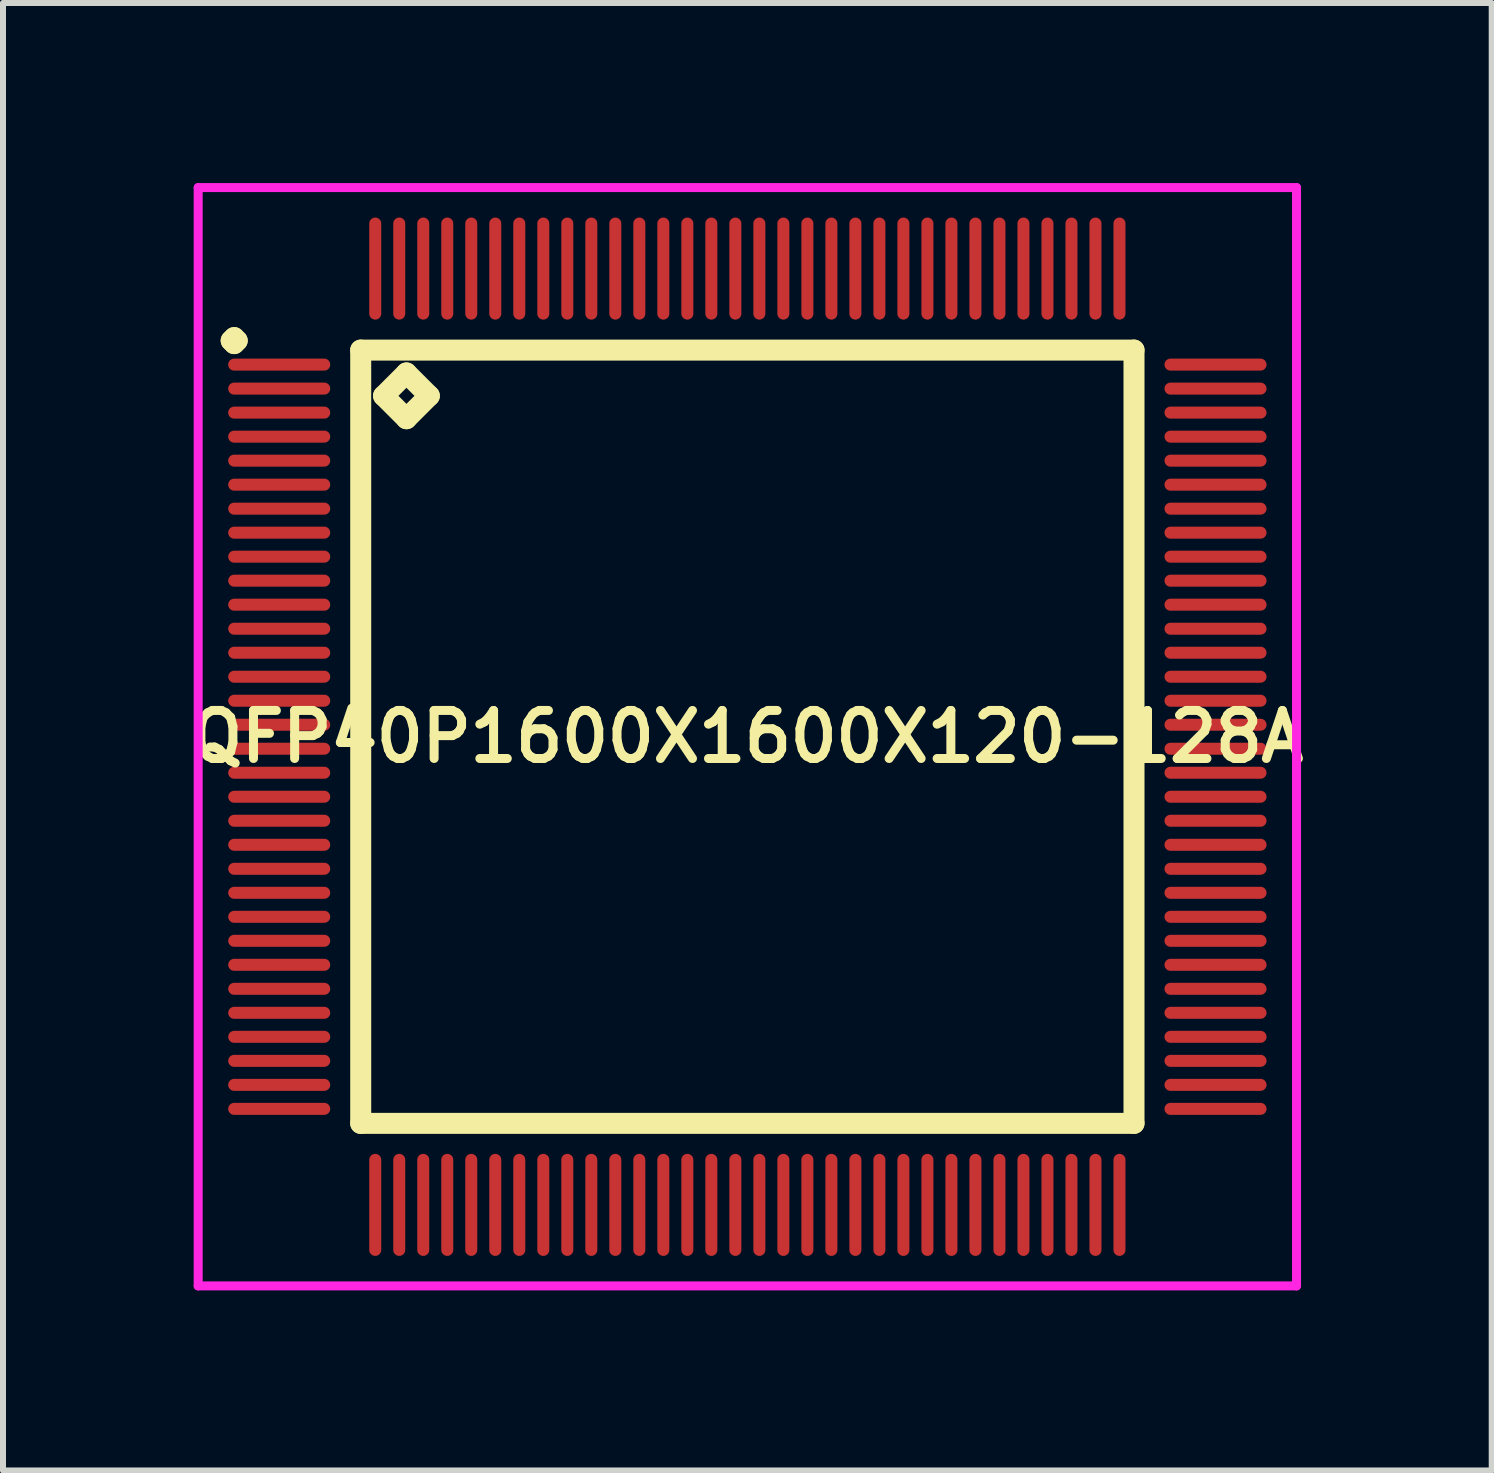
<source format=kicad_pcb>
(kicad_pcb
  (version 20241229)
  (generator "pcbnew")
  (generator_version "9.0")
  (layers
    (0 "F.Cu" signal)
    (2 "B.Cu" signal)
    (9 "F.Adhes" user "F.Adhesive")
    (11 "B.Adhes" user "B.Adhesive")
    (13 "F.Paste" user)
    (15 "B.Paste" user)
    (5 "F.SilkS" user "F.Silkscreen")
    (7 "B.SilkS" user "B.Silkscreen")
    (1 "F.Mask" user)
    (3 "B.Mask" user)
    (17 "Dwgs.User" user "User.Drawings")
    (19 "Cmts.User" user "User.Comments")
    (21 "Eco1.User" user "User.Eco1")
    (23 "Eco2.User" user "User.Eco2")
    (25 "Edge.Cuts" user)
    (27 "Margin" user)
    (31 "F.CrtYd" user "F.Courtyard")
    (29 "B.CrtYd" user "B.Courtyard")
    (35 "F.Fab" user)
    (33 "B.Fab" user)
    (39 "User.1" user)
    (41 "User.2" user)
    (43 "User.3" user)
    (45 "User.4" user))
  (footprint "QFP40P1600X1600X120-128A"
    (layer "F.Cu")
    (at 9.402 9.225)
    (property "Reference" "QFP40P1600X1600X120-128A" (at 0 0 0) (layer "F.SilkS") (effects (font (size 0.8 0.8) (thickness 0.15))))
    (attr through_hole)
    (fp_line (start -8.6 -6.6) (end -8.55 -6.65) (stroke (width 0.35) (type solid)) (layer "F.SilkS"))
    (fp_line (start -8.55 -6.65) (end -8.5 -6.6) (stroke (width 0.35) (type solid)) (layer "F.SilkS"))
    (fp_line (start -8.55 -6.55) (end -8.6 -6.6) (stroke (width 0.35) (type solid)) (layer "F.SilkS"))
    (fp_line (start -8.5 -6.6) (end -8.55 -6.55) (stroke (width 0.35) (type solid)) (layer "F.SilkS"))
    (fp_line (start -6.442 -6.442) (end -6.442 6.442) (stroke (width 0.35) (type solid)) (layer "F.SilkS"))
    (fp_line (start -6.442 6.442) (end 6.442 6.442) (stroke (width 0.35) (type solid)) (layer "F.SilkS"))
    (fp_line (start -6.061 -5.68) (end -5.68 -6.061) (stroke (width 0.35) (type solid)) (layer "F.SilkS"))
    (fp_line (start -5.68 -6.061) (end -5.299 -5.68) (stroke (width 0.35) (type solid)) (layer "F.SilkS"))
    (fp_line (start -5.68 -5.299) (end -6.061 -5.68) (stroke (width 0.35) (type solid)) (layer "F.SilkS"))
    (fp_line (start -5.299 -5.68) (end -5.68 -5.299) (stroke (width 0.35) (type solid)) (layer "F.SilkS"))
    (fp_line (start 6.442 -6.442) (end -6.442 -6.442) (stroke (width 0.35) (type solid)) (layer "F.SilkS"))
    (fp_line (start 6.442 6.442) (end 6.442 -6.442) (stroke (width 0.35) (type solid)) (layer "F.SilkS"))
    (fp_line (start -9.15 -9.15) (end 9.15 -9.15) (stroke (width 0.15) (type solid)) (layer "F.CrtYd"))
    (fp_line (start -9.15 9.15) (end -9.15 -9.15) (stroke (width 0.15) (type solid)) (layer "F.CrtYd"))
    (fp_line (start 9.15 -9.15) (end 9.15 9.15) (stroke (width 0.15) (type solid)) (layer "F.CrtYd"))
    (fp_line (start 9.15 9.15) (end -9.15 9.15) (stroke (width 0.15) (type solid)) (layer "F.CrtYd"))
    (pad "1" smd oval (at -7.8 -6.2) (size 1.7 0.2) (layers "F.Cu" "F.Mask" "F.Paste"))
    (pad "2" smd oval (at -7.8 -5.8) (size 1.7 0.2) (layers "F.Cu" "F.Mask" "F.Paste"))
    (pad "3" smd oval (at -7.8 -5.4) (size 1.7 0.2) (layers "F.Cu" "F.Mask" "F.Paste"))
    (pad "4" smd oval (at -7.8 -5) (size 1.7 0.2) (layers "F.Cu" "F.Mask" "F.Paste"))
    (pad "5" smd oval (at -7.8 -4.6) (size 1.7 0.2) (layers "F.Cu" "F.Mask" "F.Paste"))
    (pad "6" smd oval (at -7.8 -4.2) (size 1.7 0.2) (layers "F.Cu" "F.Mask" "F.Paste"))
    (pad "7" smd oval (at -7.8 -3.8) (size 1.7 0.2) (layers "F.Cu" "F.Mask" "F.Paste"))
    (pad "8" smd oval (at -7.8 -3.4) (size 1.7 0.2) (layers "F.Cu" "F.Mask" "F.Paste"))
    (pad "9" smd oval (at -7.8 -3) (size 1.7 0.2) (layers "F.Cu" "F.Mask" "F.Paste"))
    (pad "10" smd oval (at -7.8 -2.6) (size 1.7 0.2) (layers "F.Cu" "F.Mask" "F.Paste"))
    (pad "11" smd oval (at -7.8 -2.2) (size 1.7 0.2) (layers "F.Cu" "F.Mask" "F.Paste"))
    (pad "12" smd oval (at -7.8 -1.8) (size 1.7 0.2) (layers "F.Cu" "F.Mask" "F.Paste"))
    (pad "13" smd oval (at -7.8 -1.4) (size 1.7 0.2) (layers "F.Cu" "F.Mask" "F.Paste"))
    (pad "14" smd oval (at -7.8 -1) (size 1.7 0.2) (layers "F.Cu" "F.Mask" "F.Paste"))
    (pad "15" smd oval (at -7.8 -0.6) (size 1.7 0.2) (layers "F.Cu" "F.Mask" "F.Paste"))
    (pad "16" smd oval (at -7.8 -0.2) (size 1.7 0.2) (layers "F.Cu" "F.Mask" "F.Paste"))
    (pad "17" smd oval (at -7.8 0.2) (size 1.7 0.2) (layers "F.Cu" "F.Mask" "F.Paste"))
    (pad "18" smd oval (at -7.8 0.6) (size 1.7 0.2) (layers "F.Cu" "F.Mask" "F.Paste"))
    (pad "19" smd oval (at -7.8 1) (size 1.7 0.2) (layers "F.Cu" "F.Mask" "F.Paste"))
    (pad "20" smd oval (at -7.8 1.4) (size 1.7 0.2) (layers "F.Cu" "F.Mask" "F.Paste"))
    (pad "21" smd oval (at -7.8 1.8) (size 1.7 0.2) (layers "F.Cu" "F.Mask" "F.Paste"))
    (pad "22" smd oval (at -7.8 2.2) (size 1.7 0.2) (layers "F.Cu" "F.Mask" "F.Paste"))
    (pad "23" smd oval (at -7.8 2.6) (size 1.7 0.2) (layers "F.Cu" "F.Mask" "F.Paste"))
    (pad "24" smd oval (at -7.8 3) (size 1.7 0.2) (layers "F.Cu" "F.Mask" "F.Paste"))
    (pad "25" smd oval (at -7.8 3.4) (size 1.7 0.2) (layers "F.Cu" "F.Mask" "F.Paste"))
    (pad "26" smd oval (at -7.8 3.8) (size 1.7 0.2) (layers "F.Cu" "F.Mask" "F.Paste"))
    (pad "27" smd oval (at -7.8 4.2) (size 1.7 0.2) (layers "F.Cu" "F.Mask" "F.Paste"))
    (pad "28" smd oval (at -7.8 4.6) (size 1.7 0.2) (layers "F.Cu" "F.Mask" "F.Paste"))
    (pad "29" smd oval (at -7.8 5) (size 1.7 0.2) (layers "F.Cu" "F.Mask" "F.Paste"))
    (pad "30" smd oval (at -7.8 5.4) (size 1.7 0.2) (layers "F.Cu" "F.Mask" "F.Paste"))
    (pad "31" smd oval (at -7.8 5.8) (size 1.7 0.2) (layers "F.Cu" "F.Mask" "F.Paste"))
    (pad "32" smd oval (at -7.8 6.2) (size 1.7 0.2) (layers "F.Cu" "F.Mask" "F.Paste"))
    (pad "33" smd oval (at -6.2 7.8) (size 0.2 1.7) (layers "F.Cu" "F.Mask" "F.Paste"))
    (pad "34" smd oval (at -5.8 7.8) (size 0.2 1.7) (layers "F.Cu" "F.Mask" "F.Paste"))
    (pad "35" smd oval (at -5.4 7.8) (size 0.2 1.7) (layers "F.Cu" "F.Mask" "F.Paste"))
    (pad "36" smd oval (at -5 7.8) (size 0.2 1.7) (layers "F.Cu" "F.Mask" "F.Paste"))
    (pad "37" smd oval (at -4.6 7.8) (size 0.2 1.7) (layers "F.Cu" "F.Mask" "F.Paste"))
    (pad "38" smd oval (at -4.2 7.8) (size 0.2 1.7) (layers "F.Cu" "F.Mask" "F.Paste"))
    (pad "39" smd oval (at -3.8 7.8) (size 0.2 1.7) (layers "F.Cu" "F.Mask" "F.Paste"))
    (pad "40" smd oval (at -3.4 7.8) (size 0.2 1.7) (layers "F.Cu" "F.Mask" "F.Paste"))
    (pad "41" smd oval (at -3 7.8) (size 0.2 1.7) (layers "F.Cu" "F.Mask" "F.Paste"))
    (pad "42" smd oval (at -2.6 7.8) (size 0.2 1.7) (layers "F.Cu" "F.Mask" "F.Paste"))
    (pad "43" smd oval (at -2.2 7.8) (size 0.2 1.7) (layers "F.Cu" "F.Mask" "F.Paste"))
    (pad "44" smd oval (at -1.8 7.8) (size 0.2 1.7) (layers "F.Cu" "F.Mask" "F.Paste"))
    (pad "45" smd oval (at -1.4 7.8) (size 0.2 1.7) (layers "F.Cu" "F.Mask" "F.Paste"))
    (pad "46" smd oval (at -1 7.8) (size 0.2 1.7) (layers "F.Cu" "F.Mask" "F.Paste"))
    (pad "47" smd oval (at -0.6 7.8) (size 0.2 1.7) (layers "F.Cu" "F.Mask" "F.Paste"))
    (pad "48" smd oval (at -0.2 7.8) (size 0.2 1.7) (layers "F.Cu" "F.Mask" "F.Paste"))
    (pad "49" smd oval (at 0.2 7.8) (size 0.2 1.7) (layers "F.Cu" "F.Mask" "F.Paste"))
    (pad "50" smd oval (at 0.6 7.8) (size 0.2 1.7) (layers "F.Cu" "F.Mask" "F.Paste"))
    (pad "51" smd oval (at 1 7.8) (size 0.2 1.7) (layers "F.Cu" "F.Mask" "F.Paste"))
    (pad "52" smd oval (at 1.4 7.8) (size 0.2 1.7) (layers "F.Cu" "F.Mask" "F.Paste"))
    (pad "53" smd oval (at 1.8 7.8) (size 0.2 1.7) (layers "F.Cu" "F.Mask" "F.Paste"))
    (pad "54" smd oval (at 2.2 7.8) (size 0.2 1.7) (layers "F.Cu" "F.Mask" "F.Paste"))
    (pad "55" smd oval (at 2.6 7.8) (size 0.2 1.7) (layers "F.Cu" "F.Mask" "F.Paste"))
    (pad "56" smd oval (at 3 7.8) (size 0.2 1.7) (layers "F.Cu" "F.Mask" "F.Paste"))
    (pad "57" smd oval (at 3.4 7.8) (size 0.2 1.7) (layers "F.Cu" "F.Mask" "F.Paste"))
    (pad "58" smd oval (at 3.8 7.8) (size 0.2 1.7) (layers "F.Cu" "F.Mask" "F.Paste"))
    (pad "59" smd oval (at 4.2 7.8) (size 0.2 1.7) (layers "F.Cu" "F.Mask" "F.Paste"))
    (pad "60" smd oval (at 4.6 7.8) (size 0.2 1.7) (layers "F.Cu" "F.Mask" "F.Paste"))
    (pad "61" smd oval (at 5 7.8) (size 0.2 1.7) (layers "F.Cu" "F.Mask" "F.Paste"))
    (pad "62" smd oval (at 5.4 7.8) (size 0.2 1.7) (layers "F.Cu" "F.Mask" "F.Paste"))
    (pad "63" smd oval (at 5.8 7.8) (size 0.2 1.7) (layers "F.Cu" "F.Mask" "F.Paste"))
    (pad "64" smd oval (at 6.2 7.8) (size 0.2 1.7) (layers "F.Cu" "F.Mask" "F.Paste"))
    (pad "65" smd oval (at 7.8 6.2) (size 1.7 0.2) (layers "F.Cu" "F.Mask" "F.Paste"))
    (pad "66" smd oval (at 7.8 5.8) (size 1.7 0.2) (layers "F.Cu" "F.Mask" "F.Paste"))
    (pad "67" smd oval (at 7.8 5.4) (size 1.7 0.2) (layers "F.Cu" "F.Mask" "F.Paste"))
    (pad "68" smd oval (at 7.8 5) (size 1.7 0.2) (layers "F.Cu" "F.Mask" "F.Paste"))
    (pad "69" smd oval (at 7.8 4.6) (size 1.7 0.2) (layers "F.Cu" "F.Mask" "F.Paste"))
    (pad "70" smd oval (at 7.8 4.2) (size 1.7 0.2) (layers "F.Cu" "F.Mask" "F.Paste"))
    (pad "71" smd oval (at 7.8 3.8) (size 1.7 0.2) (layers "F.Cu" "F.Mask" "F.Paste"))
    (pad "72" smd oval (at 7.8 3.4) (size 1.7 0.2) (layers "F.Cu" "F.Mask" "F.Paste"))
    (pad "73" smd oval (at 7.8 3) (size 1.7 0.2) (layers "F.Cu" "F.Mask" "F.Paste"))
    (pad "74" smd oval (at 7.8 2.6) (size 1.7 0.2) (layers "F.Cu" "F.Mask" "F.Paste"))
    (pad "75" smd oval (at 7.8 2.2) (size 1.7 0.2) (layers "F.Cu" "F.Mask" "F.Paste"))
    (pad "76" smd oval (at 7.8 1.8) (size 1.7 0.2) (layers "F.Cu" "F.Mask" "F.Paste"))
    (pad "77" smd oval (at 7.8 1.4) (size 1.7 0.2) (layers "F.Cu" "F.Mask" "F.Paste"))
    (pad "78" smd oval (at 7.8 1) (size 1.7 0.2) (layers "F.Cu" "F.Mask" "F.Paste"))
    (pad "79" smd oval (at 7.8 0.6) (size 1.7 0.2) (layers "F.Cu" "F.Mask" "F.Paste"))
    (pad "80" smd oval (at 7.8 0.2) (size 1.7 0.2) (layers "F.Cu" "F.Mask" "F.Paste"))
    (pad "81" smd oval (at 7.8 -0.2) (size 1.7 0.2) (layers "F.Cu" "F.Mask" "F.Paste"))
    (pad "82" smd oval (at 7.8 -0.6) (size 1.7 0.2) (layers "F.Cu" "F.Mask" "F.Paste"))
    (pad "83" smd oval (at 7.8 -1) (size 1.7 0.2) (layers "F.Cu" "F.Mask" "F.Paste"))
    (pad "84" smd oval (at 7.8 -1.4) (size 1.7 0.2) (layers "F.Cu" "F.Mask" "F.Paste"))
    (pad "85" smd oval (at 7.8 -1.8) (size 1.7 0.2) (layers "F.Cu" "F.Mask" "F.Paste"))
    (pad "86" smd oval (at 7.8 -2.2) (size 1.7 0.2) (layers "F.Cu" "F.Mask" "F.Paste"))
    (pad "87" smd oval (at 7.8 -2.6) (size 1.7 0.2) (layers "F.Cu" "F.Mask" "F.Paste"))
    (pad "88" smd oval (at 7.8 -3) (size 1.7 0.2) (layers "F.Cu" "F.Mask" "F.Paste"))
    (pad "89" smd oval (at 7.8 -3.4) (size 1.7 0.2) (layers "F.Cu" "F.Mask" "F.Paste"))
    (pad "90" smd oval (at 7.8 -3.8) (size 1.7 0.2) (layers "F.Cu" "F.Mask" "F.Paste"))
    (pad "91" smd oval (at 7.8 -4.2) (size 1.7 0.2) (layers "F.Cu" "F.Mask" "F.Paste"))
    (pad "92" smd oval (at 7.8 -4.6) (size 1.7 0.2) (layers "F.Cu" "F.Mask" "F.Paste"))
    (pad "93" smd oval (at 7.8 -5) (size 1.7 0.2) (layers "F.Cu" "F.Mask" "F.Paste"))
    (pad "94" smd oval (at 7.8 -5.4) (size 1.7 0.2) (layers "F.Cu" "F.Mask" "F.Paste"))
    (pad "95" smd oval (at 7.8 -5.8) (size 1.7 0.2) (layers "F.Cu" "F.Mask" "F.Paste"))
    (pad "96" smd oval (at 7.8 -6.2) (size 1.7 0.2) (layers "F.Cu" "F.Mask" "F.Paste"))
    (pad "97" smd oval (at 6.2 -7.8) (size 0.2 1.7) (layers "F.Cu" "F.Mask" "F.Paste"))
    (pad "98" smd oval (at 5.8 -7.8) (size 0.2 1.7) (layers "F.Cu" "F.Mask" "F.Paste"))
    (pad "99" smd oval (at 5.4 -7.8) (size 0.2 1.7) (layers "F.Cu" "F.Mask" "F.Paste"))
    (pad "100" smd oval (at 5 -7.8) (size 0.2 1.7) (layers "F.Cu" "F.Mask" "F.Paste"))
    (pad "101" smd oval (at 4.6 -7.8) (size 0.2 1.7) (layers "F.Cu" "F.Mask" "F.Paste"))
    (pad "102" smd oval (at 4.2 -7.8) (size 0.2 1.7) (layers "F.Cu" "F.Mask" "F.Paste"))
    (pad "103" smd oval (at 3.8 -7.8) (size 0.2 1.7) (layers "F.Cu" "F.Mask" "F.Paste"))
    (pad "104" smd oval (at 3.4 -7.8) (size 0.2 1.7) (layers "F.Cu" "F.Mask" "F.Paste"))
    (pad "105" smd oval (at 3 -7.8) (size 0.2 1.7) (layers "F.Cu" "F.Mask" "F.Paste"))
    (pad "106" smd oval (at 2.6 -7.8) (size 0.2 1.7) (layers "F.Cu" "F.Mask" "F.Paste"))
    (pad "107" smd oval (at 2.2 -7.8) (size 0.2 1.7) (layers "F.Cu" "F.Mask" "F.Paste"))
    (pad "108" smd oval (at 1.8 -7.8) (size 0.2 1.7) (layers "F.Cu" "F.Mask" "F.Paste"))
    (pad "109" smd oval (at 1.4 -7.8) (size 0.2 1.7) (layers "F.Cu" "F.Mask" "F.Paste"))
    (pad "110" smd oval (at 1 -7.8) (size 0.2 1.7) (layers "F.Cu" "F.Mask" "F.Paste"))
    (pad "111" smd oval (at 0.6 -7.8) (size 0.2 1.7) (layers "F.Cu" "F.Mask" "F.Paste"))
    (pad "112" smd oval (at 0.2 -7.8) (size 0.2 1.7) (layers "F.Cu" "F.Mask" "F.Paste"))
    (pad "113" smd oval (at -0.2 -7.8) (size 0.2 1.7) (layers "F.Cu" "F.Mask" "F.Paste"))
    (pad "114" smd oval (at -0.6 -7.8) (size 0.2 1.7) (layers "F.Cu" "F.Mask" "F.Paste"))
    (pad "115" smd oval (at -1 -7.8) (size 0.2 1.7) (layers "F.Cu" "F.Mask" "F.Paste"))
    (pad "116" smd oval (at -1.4 -7.8) (size 0.2 1.7) (layers "F.Cu" "F.Mask" "F.Paste"))
    (pad "117" smd oval (at -1.8 -7.8) (size 0.2 1.7) (layers "F.Cu" "F.Mask" "F.Paste"))
    (pad "118" smd oval (at -2.2 -7.8) (size 0.2 1.7) (layers "F.Cu" "F.Mask" "F.Paste"))
    (pad "119" smd oval (at -2.6 -7.8) (size 0.2 1.7) (layers "F.Cu" "F.Mask" "F.Paste"))
    (pad "120" smd oval (at -3 -7.8) (size 0.2 1.7) (layers "F.Cu" "F.Mask" "F.Paste"))
    (pad "121" smd oval (at -3.4 -7.8) (size 0.2 1.7) (layers "F.Cu" "F.Mask" "F.Paste"))
    (pad "122" smd oval (at -3.8 -7.8) (size 0.2 1.7) (layers "F.Cu" "F.Mask" "F.Paste"))
    (pad "123" smd oval (at -4.2 -7.8) (size 0.2 1.7) (layers "F.Cu" "F.Mask" "F.Paste"))
    (pad "124" smd oval (at -4.6 -7.8) (size 0.2 1.7) (layers "F.Cu" "F.Mask" "F.Paste"))
    (pad "125" smd oval (at -5 -7.8) (size 0.2 1.7) (layers "F.Cu" "F.Mask" "F.Paste"))
    (pad "126" smd oval (at -5.4 -7.8) (size 0.2 1.7) (layers "F.Cu" "F.Mask" "F.Paste"))
    (pad "127" smd oval (at -5.8 -7.8) (size 0.2 1.7) (layers "F.Cu" "F.Mask" "F.Paste"))
    (pad "128" smd oval (at -6.2 -7.8) (size 0.2 1.7) (layers "F.Cu" "F.Mask" "F.Paste")))
  (gr_rect
    (start -3 -3)
    (end 21.804 21.45)
    (stroke (width 0.1) (type default))
    (fill no)
    (layer "Edge.Cuts")))
</source>
